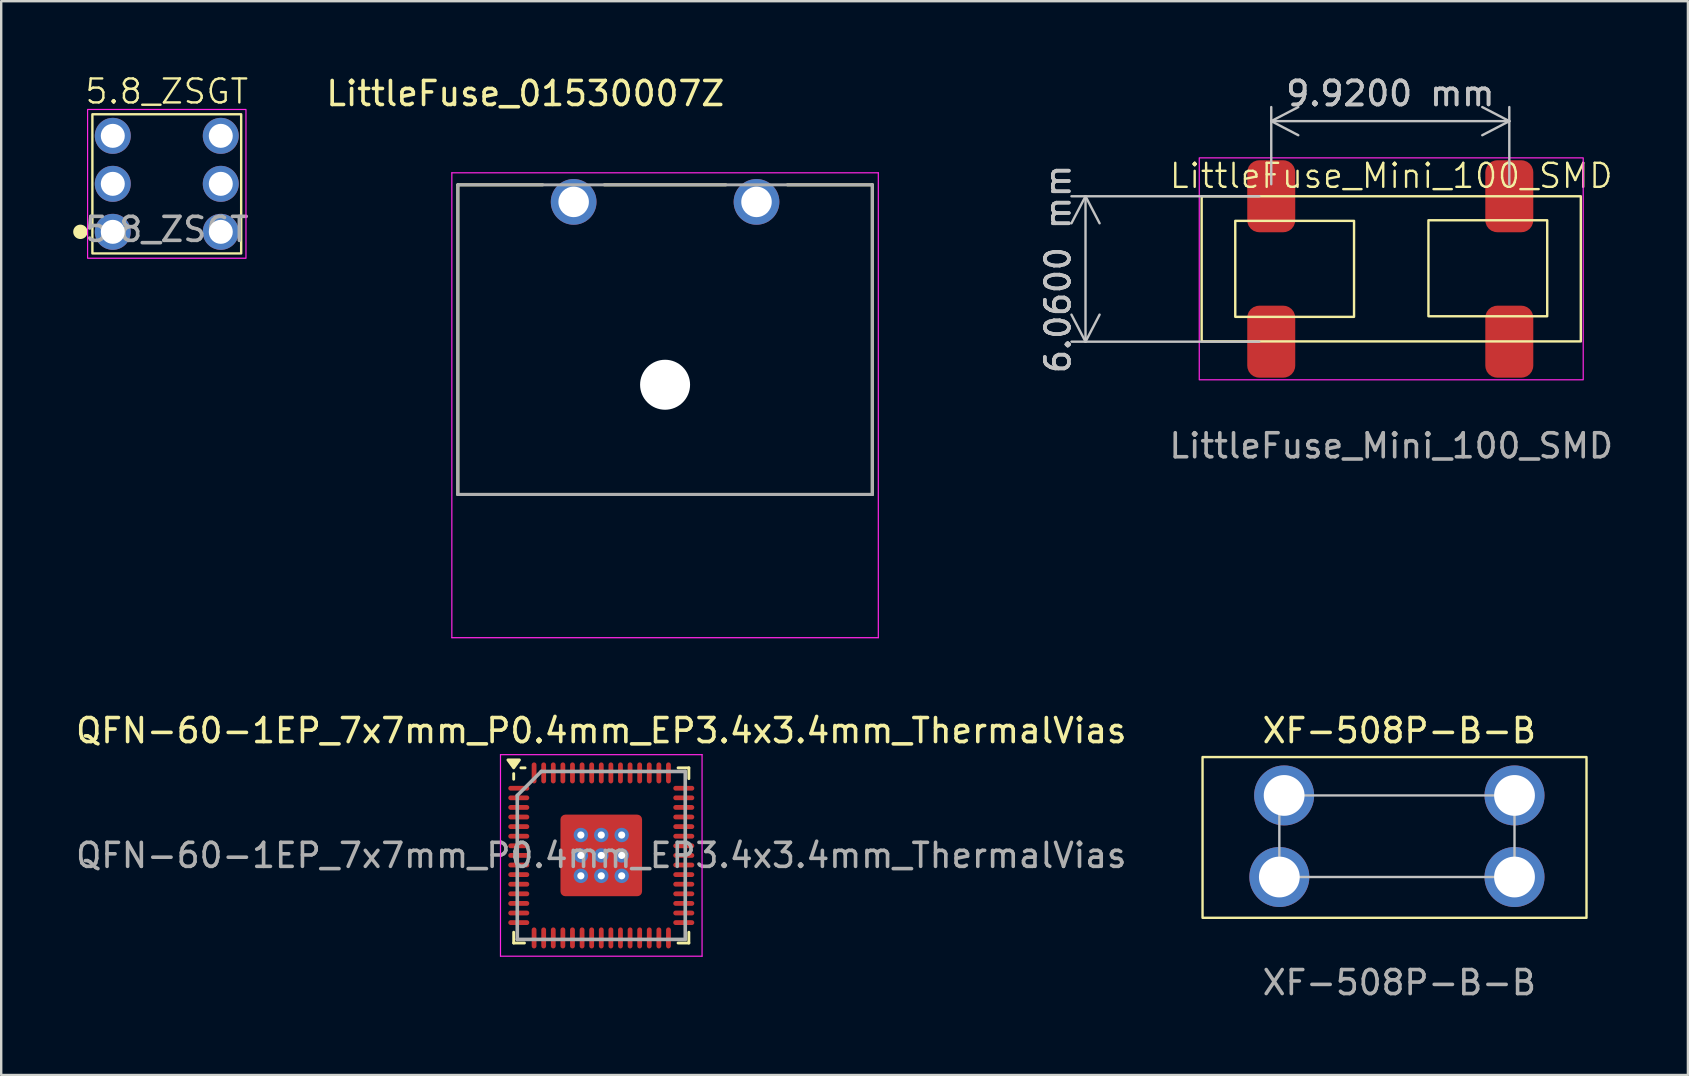
<source format=kicad_pcb>
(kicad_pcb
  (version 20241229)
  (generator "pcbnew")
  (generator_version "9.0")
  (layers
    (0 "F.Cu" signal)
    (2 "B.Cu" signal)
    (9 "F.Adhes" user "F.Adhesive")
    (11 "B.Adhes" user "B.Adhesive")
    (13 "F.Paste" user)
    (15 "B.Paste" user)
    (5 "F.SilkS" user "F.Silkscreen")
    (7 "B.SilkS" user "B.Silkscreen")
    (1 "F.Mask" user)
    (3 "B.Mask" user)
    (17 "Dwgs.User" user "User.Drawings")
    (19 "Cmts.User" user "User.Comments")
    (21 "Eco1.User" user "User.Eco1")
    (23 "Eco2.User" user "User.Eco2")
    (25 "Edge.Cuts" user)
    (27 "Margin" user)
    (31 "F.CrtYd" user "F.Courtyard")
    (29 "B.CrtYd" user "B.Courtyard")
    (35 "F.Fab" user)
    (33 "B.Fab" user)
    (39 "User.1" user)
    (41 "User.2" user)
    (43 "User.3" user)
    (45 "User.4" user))
  (footprint "LittleFuse_01530007Z"
    (layer "F.Cu")
    (at 24.665 12.983)
    (property "Reference" "LittleFuse_01530007Z" (at -5.825 -12.135 0) (layer "F.SilkS") (effects (font (size 1 1) (thickness 0.15))))
    (attr through_hole)
    (fp_line (start -8.636 -8.331) (end -8.636 4.572) (stroke (width 0.127) (type solid)) (layer "F.SilkS"))
    (fp_line (start -8.636 4.572) (end 8.636 4.572) (stroke (width 0.127) (type solid)) (layer "F.SilkS"))
    (fp_line (start -5.1 -8.331) (end -8.636 -8.331) (stroke (width 0.127) (type solid)) (layer "F.SilkS"))
    (fp_line (start 2.53 -8.331) (end -2.53 -8.331) (stroke (width 0.127) (type solid)) (layer "F.SilkS"))
    (fp_line (start 8.636 -8.331) (end 5.1 -8.331) (stroke (width 0.127) (type solid)) (layer "F.SilkS"))
    (fp_line (start 8.636 4.572) (end 8.636 -8.331) (stroke (width 0.127) (type solid)) (layer "F.SilkS"))
    (fp_line (start -8.886 -8.831) (end 8.886 -8.831) (stroke (width 0.05) (type solid)) (layer "F.CrtYd"))
    (fp_line (start -8.886 10.541) (end -8.886 -8.831) (stroke (width 0.05) (type solid)) (layer "F.CrtYd"))
    (fp_line (start 8.886 -8.831) (end 8.886 10.541) (stroke (width 0.05) (type solid)) (layer "F.CrtYd"))
    (fp_line (start 8.886 10.541) (end -8.886 10.541) (stroke (width 0.05) (type solid)) (layer "F.CrtYd"))
    (fp_line (start -8.636 -8.331) (end 8.636 -8.331) (stroke (width 0.127) (type solid)) (layer "F.Fab"))
    (fp_line (start -8.636 4.572) (end -8.636 -8.331) (stroke (width 0.127) (type solid)) (layer "F.Fab"))
    (fp_line (start 8.636 -8.331) (end 8.636 4.572) (stroke (width 0.127) (type solid)) (layer "F.Fab"))
    (fp_line (start 8.636 4.572) (end -8.636 4.572) (stroke (width 0.127) (type solid)) (layer "F.Fab"))
    (pad "" np_thru_hole circle (at 0 0) (size 2.083 2.083) (drill 2.083) (layers "*.Cu" "*.Mask"))
    (pad "1" thru_hole circle (at -3.81 -7.62) (size 1.905 1.905) (drill 1.27) (layers "*.Cu" "*.Mask"))
    (pad "2" thru_hole circle (at 3.81 -7.62) (size 1.905 1.905) (drill 1.27) (layers "*.Cu" "*.Mask")))
  (footprint "QFN-60-1EP_7x7mm_P0.4mm_EP3.4x3.4mm_ThermalVias"
    (layer "F.Cu")
    (at 22.006 32.597)
    (property "Reference" "QFN-60-1EP_7x7mm_P0.4mm_EP3.4x3.4mm_ThermalVias" (at 0 -5.2 0) (layer "F.SilkS") (effects (font (size 1 1) (thickness 0.15))))
    (attr smd)
    (fp_line (start -3.65 -3.175) (end -3.65 -3.41) (stroke (width 0.12) (type solid)) (layer "F.SilkS"))
    (fp_line (start -3.65 3.65) (end -3.65 3.2) (stroke (width 0.12) (type default)) (layer "F.SilkS"))
    (fp_line (start -3.2 3.65) (end -3.65 3.65) (stroke (width 0.12) (type default)) (layer "F.SilkS"))
    (fp_line (start -3.175 -3.65) (end -3.35 -3.65) (stroke (width 0.12) (type solid)) (layer "F.SilkS"))
    (fp_line (start 3.2 -3.65) (end 3.65 -3.65) (stroke (width 0.12) (type default)) (layer "F.SilkS"))
    (fp_line (start 3.2 3.65) (end 3.65 3.65) (stroke (width 0.12) (type default)) (layer "F.SilkS"))
    (fp_line (start 3.65 -3.65) (end 3.65 -3.2) (stroke (width 0.12) (type default)) (layer "F.SilkS"))
    (fp_line (start 3.65 3.65) (end 3.65 3.2) (stroke (width 0.12) (type default)) (layer "F.SilkS"))
    (fp_poly (pts (xy -3.65 -3.65) (xy -3.89 -3.98) (xy -3.41 -3.98) (xy -3.65 -3.65)) (stroke (width 0.12) (type solid)) (fill yes) (layer "F.SilkS"))
    (fp_line (start -4.2 -4.2) (end 4.2 -4.2) (stroke (width 0.05) (type default)) (layer "F.CrtYd"))
    (fp_line (start -4.2 4.2) (end -4.2 -4.2) (stroke (width 0.05) (type default)) (layer "F.CrtYd"))
    (fp_line (start 4.2 -4.2) (end 4.2 4.2) (stroke (width 0.05) (type default)) (layer "F.CrtYd"))
    (fp_line (start 4.2 4.2) (end -4.2 4.2) (stroke (width 0.05) (type default)) (layer "F.CrtYd"))
    (fp_line (start -3.5 -2.5) (end -3.5 3.5) (stroke (width 0.15) (type default)) (layer "F.Fab"))
    (fp_line (start -3.5 3.5) (end 3.5 3.5) (stroke (width 0.15) (type default)) (layer "F.Fab"))
    (fp_line (start -2.5 -3.5) (end -3.5 -2.5) (stroke (width 0.15) (type default)) (layer "F.Fab"))
    (fp_line (start 3.5 -3.5) (end -2.5 -3.5) (stroke (width 0.15) (type default)) (layer "F.Fab"))
    (fp_line (start 3.5 3.5) (end 3.5 -3.5) (stroke (width 0.15) (type default)) (layer "F.Fab"))
    (fp_text user "${REFERENCE}" (at 0 0 0) (layer "F.Fab") (effects (font (size 1 1) (thickness 0.15))))
    (pad "" smd roundrect (at -1.275 -1.275) (size 0.5 0.5) (layers "F.Paste") (roundrect_rratio 0.25))
    (pad "" smd roundrect (at -1.275 -0.425) (size 0.5 0.5) (layers "F.Paste") (roundrect_rratio 0.25))
    (pad "" smd roundrect (at -1.275 0.425) (size 0.5 0.5) (layers "F.Paste") (roundrect_rratio 0.25))
    (pad "" smd roundrect (at -1.275 1.275) (size 0.5 0.5) (layers "F.Paste") (roundrect_rratio 0.25))
    (pad "" smd roundrect (at -0.425 -1.275) (size 0.5 0.5) (layers "F.Paste") (roundrect_rratio 0.25))
    (pad "" smd roundrect (at -0.425 -0.425) (size 0.5 0.5) (layers "F.Paste") (roundrect_rratio 0.25))
    (pad "" smd roundrect (at -0.425 0.425) (size 0.5 0.5) (layers "F.Paste") (roundrect_rratio 0.25))
    (pad "" smd roundrect (at -0.425 1.275) (size 0.5 0.5) (layers "F.Paste") (roundrect_rratio 0.25))
    (pad "" smd roundrect (at 0.425 -1.275) (size 0.5 0.5) (layers "F.Paste") (roundrect_rratio 0.25))
    (pad "" smd roundrect (at 0.425 -0.425) (size 0.5 0.5) (layers "F.Paste") (roundrect_rratio 0.25))
    (pad "" smd roundrect (at 0.425 0.425) (size 0.5 0.5) (layers "F.Paste") (roundrect_rratio 0.25))
    (pad "" smd roundrect (at 0.425 1.275) (size 0.5 0.5) (layers "F.Paste") (roundrect_rratio 0.25))
    (pad "" smd roundrect (at 1.275 -1.275) (size 0.5 0.5) (layers "F.Paste") (roundrect_rratio 0.25))
    (pad "" smd roundrect (at 1.275 -0.425) (size 0.5 0.5) (layers "F.Paste") (roundrect_rratio 0.25))
    (pad "" smd roundrect (at 1.275 0.425) (size 0.5 0.5) (layers "F.Paste") (roundrect_rratio 0.25))
    (pad "" smd roundrect (at 1.275 1.275) (size 0.5 0.5) (layers "F.Paste") (roundrect_rratio 0.25))
    (pad "1" smd oval (at -3.438 -2.8 90) (size 0.2 0.875) (layers "F.Cu" "F.Mask" "F.Paste"))
    (pad "2" smd oval (at -3.438 -2.4 90) (size 0.2 0.875) (layers "F.Cu" "F.Mask" "F.Paste"))
    (pad "3" smd oval (at -3.438 -2 90) (size 0.2 0.875) (layers "F.Cu" "F.Mask" "F.Paste"))
    (pad "4" smd oval (at -3.438 -1.6 90) (size 0.2 0.875) (layers "F.Cu" "F.Mask" "F.Paste"))
    (pad "5" smd oval (at -3.438 -1.2 90) (size 0.2 0.875) (layers "F.Cu" "F.Mask" "F.Paste"))
    (pad "6" smd oval (at -3.438 -0.8 90) (size 0.2 0.875) (layers "F.Cu" "F.Mask" "F.Paste"))
    (pad "7" smd oval (at -3.438 -0.4 90) (size 0.2 0.875) (layers "F.Cu" "F.Mask" "F.Paste"))
    (pad "8" smd oval (at -3.438 0 90) (size 0.2 0.875) (layers "F.Cu" "F.Mask" "F.Paste"))
    (pad "9" smd oval (at -3.438 0.4 90) (size 0.2 0.875) (layers "F.Cu" "F.Mask" "F.Paste"))
    (pad "10" smd oval (at -3.438 0.8 90) (size 0.2 0.875) (layers "F.Cu" "F.Mask" "F.Paste"))
    (pad "11" smd oval (at -3.438 1.2 90) (size 0.2 0.875) (layers "F.Cu" "F.Mask" "F.Paste"))
    (pad "12" smd oval (at -3.438 1.6 90) (size 0.2 0.875) (layers "F.Cu" "F.Mask" "F.Paste"))
    (pad "13" smd oval (at -3.438 2 90) (size 0.2 0.875) (layers "F.Cu" "F.Mask" "F.Paste"))
    (pad "14" smd oval (at -3.438 2.4 90) (size 0.2 0.875) (layers "F.Cu" "F.Mask" "F.Paste"))
    (pad "15" smd oval (at -3.438 2.8 90) (size 0.2 0.875) (layers "F.Cu" "F.Mask" "F.Paste"))
    (pad "16" smd oval (at -2.8 3.438) (size 0.2 0.875) (layers "F.Cu" "F.Mask" "F.Paste"))
    (pad "17" smd oval (at -2.4 3.438) (size 0.2 0.875) (layers "F.Cu" "F.Mask" "F.Paste"))
    (pad "18" smd oval (at -2 3.438) (size 0.2 0.875) (layers "F.Cu" "F.Mask" "F.Paste"))
    (pad "19" smd oval (at -1.6 3.438) (size 0.2 0.875) (layers "F.Cu" "F.Mask" "F.Paste"))
    (pad "20" smd oval (at -1.2 3.438) (size 0.2 0.875) (layers "F.Cu" "F.Mask" "F.Paste"))
    (pad "21" smd oval (at -0.8 3.438) (size 0.2 0.875) (layers "F.Cu" "F.Mask" "F.Paste"))
    (pad "22" smd oval (at -0.4 3.438) (size 0.2 0.875) (layers "F.Cu" "F.Mask" "F.Paste"))
    (pad "23" smd oval (at 0 3.438) (size 0.2 0.875) (layers "F.Cu" "F.Mask" "F.Paste"))
    (pad "24" smd oval (at 0.4 3.438) (size 0.2 0.875) (layers "F.Cu" "F.Mask" "F.Paste"))
    (pad "25" smd oval (at 0.8 3.438) (size 0.2 0.875) (layers "F.Cu" "F.Mask" "F.Paste"))
    (pad "26" smd oval (at 1.2 3.438) (size 0.2 0.875) (layers "F.Cu" "F.Mask" "F.Paste"))
    (pad "27" smd oval (at 1.6 3.438) (size 0.2 0.875) (layers "F.Cu" "F.Mask" "F.Paste"))
    (pad "28" smd oval (at 2 3.438) (size 0.2 0.875) (layers "F.Cu" "F.Mask" "F.Paste"))
    (pad "29" smd oval (at 2.4 3.438) (size 0.2 0.875) (layers "F.Cu" "F.Mask" "F.Paste"))
    (pad "30" smd oval (at 2.8 3.438) (size 0.2 0.875) (layers "F.Cu" "F.Mask" "F.Paste"))
    (pad "31" smd oval (at 3.438 2.8 90) (size 0.2 0.875) (layers "F.Cu" "F.Mask" "F.Paste"))
    (pad "32" smd oval (at 3.438 2.4 90) (size 0.2 0.875) (layers "F.Cu" "F.Mask" "F.Paste"))
    (pad "33" smd oval (at 3.438 2 90) (size 0.2 0.875) (layers "F.Cu" "F.Mask" "F.Paste"))
    (pad "34" smd oval (at 3.438 1.6 90) (size 0.2 0.875) (layers "F.Cu" "F.Mask" "F.Paste"))
    (pad "35" smd oval (at 3.438 1.2 90) (size 0.2 0.875) (layers "F.Cu" "F.Mask" "F.Paste"))
    (pad "36" smd oval (at 3.438 0.8 90) (size 0.2 0.875) (layers "F.Cu" "F.Mask" "F.Paste"))
    (pad "37" smd oval (at 3.438 0.4 90) (size 0.2 0.875) (layers "F.Cu" "F.Mask" "F.Paste"))
    (pad "38" smd oval (at 3.438 0 90) (size 0.2 0.875) (layers "F.Cu" "F.Mask" "F.Paste"))
    (pad "39" smd oval (at 3.438 -0.4 90) (size 0.2 0.875) (layers "F.Cu" "F.Mask" "F.Paste"))
    (pad "40" smd oval (at 3.438 -0.8 90) (size 0.2 0.875) (layers "F.Cu" "F.Mask" "F.Paste"))
    (pad "41" smd oval (at 3.438 -1.2 90) (size 0.2 0.875) (layers "F.Cu" "F.Mask" "F.Paste"))
    (pad "42" smd oval (at 3.438 -1.6 90) (size 0.2 0.875) (layers "F.Cu" "F.Mask" "F.Paste"))
    (pad "43" smd oval (at 3.438 -2 90) (size 0.2 0.875) (layers "F.Cu" "F.Mask" "F.Paste"))
    (pad "44" smd oval (at 3.438 -2.4 90) (size 0.2 0.875) (layers "F.Cu" "F.Mask" "F.Paste"))
    (pad "45" smd oval (at 3.438 -2.8 90) (size 0.2 0.875) (layers "F.Cu" "F.Mask" "F.Paste"))
    (pad "46" smd oval (at 2.8 -3.438) (size 0.2 0.875) (layers "F.Cu" "F.Mask" "F.Paste"))
    (pad "47" smd oval (at 2.4 -3.438) (size 0.2 0.875) (layers "F.Cu" "F.Mask" "F.Paste"))
    (pad "48" smd oval (at 2 -3.438) (size 0.2 0.875) (layers "F.Cu" "F.Mask" "F.Paste"))
    (pad "49" smd oval (at 1.6 -3.438) (size 0.2 0.875) (layers "F.Cu" "F.Mask" "F.Paste"))
    (pad "50" smd oval (at 1.2 -3.438) (size 0.2 0.875) (layers "F.Cu" "F.Mask" "F.Paste"))
    (pad "51" smd oval (at 0.8 -3.438) (size 0.2 0.875) (layers "F.Cu" "F.Mask" "F.Paste"))
    (pad "52" smd oval (at 0.4 -3.438) (size 0.2 0.875) (layers "F.Cu" "F.Mask" "F.Paste"))
    (pad "53" smd oval (at 0 -3.438) (size 0.2 0.875) (layers "F.Cu" "F.Mask" "F.Paste"))
    (pad "54" smd oval (at -0.4 -3.438) (size 0.2 0.875) (layers "F.Cu" "F.Mask" "F.Paste"))
    (pad "55" smd oval (at -0.8 -3.438) (size 0.2 0.875) (layers "F.Cu" "F.Mask" "F.Paste"))
    (pad "56" smd oval (at -1.2 -3.438) (size 0.2 0.875) (layers "F.Cu" "F.Mask" "F.Paste"))
    (pad "57" smd oval (at -1.6 -3.438) (size 0.2 0.875) (layers "F.Cu" "F.Mask" "F.Paste"))
    (pad "58" smd oval (at -2 -3.438) (size 0.2 0.875) (layers "F.Cu" "F.Mask" "F.Paste"))
    (pad "59" smd oval (at -2.4 -3.438) (size 0.2 0.875) (layers "F.Cu" "F.Mask" "F.Paste"))
    (pad "60" smd oval (at -2.8 -3.438) (size 0.2 0.875) (layers "F.Cu" "F.Mask" "F.Paste"))
    (pad "61" thru_hole circle (at -0.85 -0.85) (size 0.6 0.6) (drill 0.3) (property pad_prop_heatsink) (layers "*.Cu" "*.Mask"))
    (pad "61" thru_hole circle (at -0.85 0) (size 0.6 0.6) (drill 0.3) (property pad_prop_heatsink) (layers "*.Cu" "*.Mask"))
    (pad "61" thru_hole circle (at -0.85 0.85) (size 0.6 0.6) (drill 0.3) (property pad_prop_heatsink) (layers "*.Cu" "*.Mask"))
    (pad "61" thru_hole circle (at 0 -0.85) (size 0.6 0.6) (drill 0.3) (property pad_prop_heatsink) (layers "*.Cu" "*.Mask"))
    (pad "61" thru_hole circle (at 0 0) (size 0.6 0.6) (drill 0.3) (property pad_prop_heatsink) (layers "*.Cu" "*.Mask"))
    (pad "61" smd roundrect (at 0 0) (size 3.4 3.4) (layers "F.Cu" "F.Mask") (roundrect_rratio 0.059))
    (pad "61" thru_hole circle (at 0 0.85) (size 0.6 0.6) (drill 0.3) (property pad_prop_heatsink) (layers "*.Cu" "*.Mask"))
    (pad "61" thru_hole circle (at 0.85 -0.85) (size 0.6 0.6) (drill 0.3) (property pad_prop_heatsink) (layers "*.Cu" "*.Mask"))
    (pad "61" thru_hole circle (at 0.85 0) (size 0.6 0.6) (drill 0.3) (property pad_prop_heatsink) (layers "*.Cu" "*.Mask"))
    (pad "61" thru_hole circle (at 0.85 0.85) (size 0.6 0.6) (drill 0.3) (property pad_prop_heatsink) (layers "*.Cu" "*.Mask")))
  (footprint "XF-508P-B-B"
    (layer "F.Cu")
    (at 55.262 32.097)
    (property "Reference" "XF-508P-B-B" (at 0 -4.7 0) (unlocked yes) (layer "F.SilkS") (effects (font (size 1 1) (thickness 0.15))))
    (attr through_hole)
    (fp_rect (start -8.2 -3.6) (end 7.8 3.1) (stroke (width 0.1) (type default)) (fill no) (layer "F.SilkS"))
    (fp_rect (start -5 -2) (end 4.8 1.4) (stroke (width 0.1) (type default)) (fill no) (layer "Dwgs.User"))
    (fp_text user "${REFERENCE}" (at 0 5.8 0) (unlocked yes) (layer "F.Fab") (effects (font (size 1 1) (thickness 0.15))))
    (pad "1" thru_hole circle (at -5 1.4) (size 2.5 2.5) (drill 1.7) (layers "*.Cu" "*.Mask"))
    (pad "1" thru_hole circle (at -4.8 -2) (size 2.5 2.5) (drill 1.7) (layers "*.Cu" "*.Mask"))
    (pad "2" thru_hole circle (at 4.8 -2) (size 2.5 2.5) (drill 1.7) (layers "*.Cu" "*.Mask"))
    (pad "2" thru_hole circle (at 4.8 1.4) (size 2.5 2.5) (drill 1.7) (layers "*.Cu" "*.Mask")))
  (footprint "LittleFuse_Mini_100_SMD"
    (layer "F.Cu")
    (at 54.925 8.128)
    (property "Reference" "LittleFuse_Mini_100_SMD" (at 0 -3.85 0) (unlocked yes) (layer "F.SilkS") (effects (font (size 1 1) (thickness 0.1))))
    (attr smd)
    (fp_rect (start -7.9 -3) (end 7.9 3.05) (stroke (width 0.1) (type default)) (fill no) (layer "F.SilkS"))
    (fp_rect (start -6.5 -1.975) (end -1.55 2.025) (stroke (width 0.1) (type default)) (fill no) (layer "F.SilkS"))
    (fp_rect (start 1.55 -2) (end 6.5 2) (stroke (width 0.1) (type default)) (fill no) (layer "F.SilkS"))
    (fp_rect (start -8 -4.6) (end 8 4.65) (stroke (width 0.05) (type default)) (fill no) (layer "F.CrtYd"))
    (fp_text user "${REFERENCE}" (at 0 7.4 0) (unlocked yes) (layer "F.Fab") (effects (font (size 1 1) (thickness 0.15))))
    (dimension (type aligned) (layer "Dwgs.User") (pts (xy 49.925 5.128) (xy 49.925 11.188)) (height 7.74) (format (prefix "") (suffix "") (units 3) (units_format 1) (precision 4)) (style (thickness 0.1) (arrow_length 1.27) (text_position_mode 0) (arrow_direction outward) (extension_height 0.586) (extension_offset 0.5) (keep_text_aligned yes)) (gr_text "6.0600 mm" (at 41.035 8.158 90) (layer "Dwgs.User") (effects (font (size 1 1) (thickness 0.15)))))
    (dimension (type aligned) (layer "Dwgs.User") (pts (xy 49.925 5.128) (xy 59.845 5.128)) (height -3.13) (format (prefix "") (suffix "") (units 3) (units_format 1) (precision 4)) (style (thickness 0.1) (arrow_length 1.27) (text_position_mode 0) (arrow_direction outward) (extension_height 0.586) (extension_offset 0.5) (keep_text_aligned yes)) (gr_text "9.9200 mm" (at 54.885 0.848 0) (layer "Dwgs.User") (effects (font (size 1 1) (thickness 0.15)))))
    (pad "1" smd roundrect (at -5 -3) (size 2 3) (layers "F.Cu" "F.Mask" "F.Paste") (roundrect_rratio 0.25))
    (pad "1" smd roundrect (at -5 3.06) (size 2 3) (layers "F.Cu" "F.Mask" "F.Paste") (roundrect_rratio 0.25))
    (pad "2" smd roundrect (at 4.92 -3) (size 2 3) (layers "F.Cu" "F.Mask" "F.Paste") (roundrect_rratio 0.25))
    (pad "2" smd roundrect (at 4.92 3.06) (size 2 3) (layers "F.Cu" "F.Mask" "F.Paste") (roundrect_rratio 0.25)))
  (footprint "5.8_ZSGT"
    (layer "F.Cu")
    (at 3.9 4.611)
    (property "Reference" "5.8_ZSGT" (at 0 -3.85 0) (unlocked yes) (layer "F.SilkS") (effects (font (size 1 1) (thickness 0.1))))
    (attr through_hole)
    (fp_rect (start -3.1 -2.9) (end 3.1 2.9) (stroke (width 0.1) (type default)) (fill no) (layer "F.SilkS"))
    (fp_circle (center -3.6 2) (end -3.45 2.2) (stroke (width 0.1) (type default)) (fill yes) (layer "F.SilkS"))
    (fp_rect (start -3.3 -3.1) (end 3.3 3.1) (stroke (width 0.05) (type default)) (fill no) (layer "F.CrtYd"))
    (fp_text user "${REFERENCE}" (at 0 1.9 0) (unlocked yes) (layer "F.Fab") (effects (font (size 1 1) (thickness 0.15))))
    (pad "1" thru_hole circle (at -2.25 2) (size 1.5 1.5) (drill 1) (layers "*.Cu" "*.Mask"))
    (pad "2" thru_hole circle (at -2.25 0) (size 1.5 1.5) (drill 1) (layers "*.Cu" "*.Mask"))
    (pad "3" thru_hole circle (at -2.25 -2) (size 1.5 1.5) (drill 1) (layers "*.Cu" "*.Mask"))
    (pad "4" thru_hole circle (at 2.25 2) (size 1.5 1.5) (drill 1) (layers "*.Cu" "*.Mask"))
    (pad "5" thru_hole circle (at 2.25 0) (size 1.5 1.5) (drill 1) (layers "*.Cu" "*.Mask"))
    (pad "6" thru_hole circle (at 2.25 -2) (size 1.5 1.5) (drill 1) (layers "*.Cu" "*.Mask")))
  (gr_rect
    (start -3 -3)
    (end 67.288 41.746)
    (stroke (width 0.1) (type default))
    (fill no)
    (layer "Edge.Cuts")))
</source>
